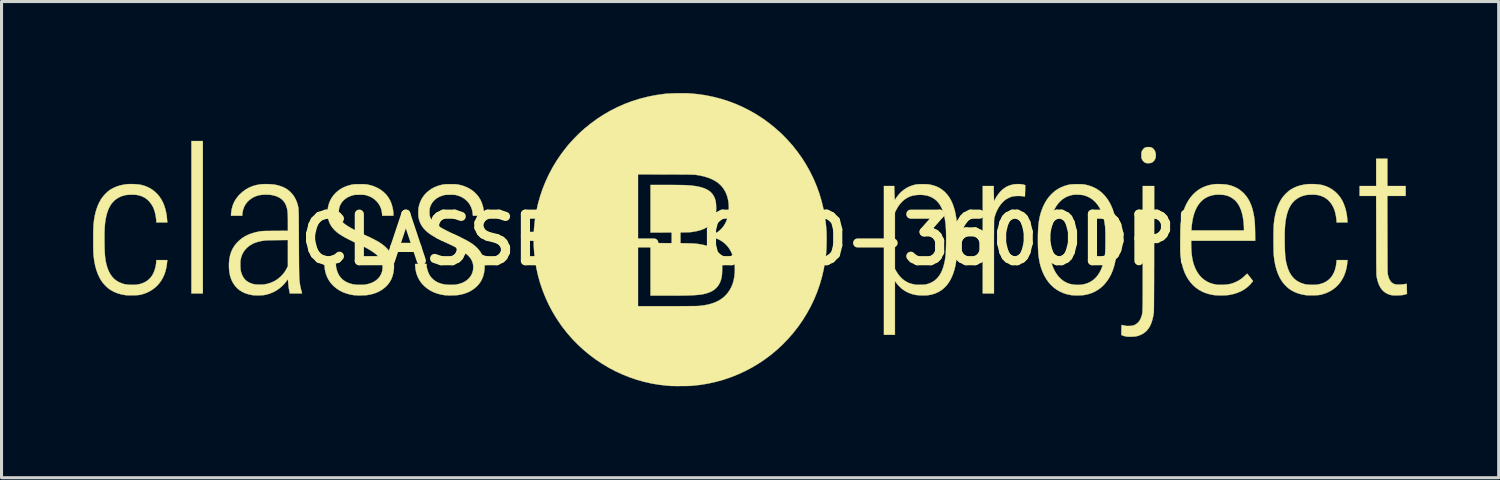
<source format=kicad_pcb>
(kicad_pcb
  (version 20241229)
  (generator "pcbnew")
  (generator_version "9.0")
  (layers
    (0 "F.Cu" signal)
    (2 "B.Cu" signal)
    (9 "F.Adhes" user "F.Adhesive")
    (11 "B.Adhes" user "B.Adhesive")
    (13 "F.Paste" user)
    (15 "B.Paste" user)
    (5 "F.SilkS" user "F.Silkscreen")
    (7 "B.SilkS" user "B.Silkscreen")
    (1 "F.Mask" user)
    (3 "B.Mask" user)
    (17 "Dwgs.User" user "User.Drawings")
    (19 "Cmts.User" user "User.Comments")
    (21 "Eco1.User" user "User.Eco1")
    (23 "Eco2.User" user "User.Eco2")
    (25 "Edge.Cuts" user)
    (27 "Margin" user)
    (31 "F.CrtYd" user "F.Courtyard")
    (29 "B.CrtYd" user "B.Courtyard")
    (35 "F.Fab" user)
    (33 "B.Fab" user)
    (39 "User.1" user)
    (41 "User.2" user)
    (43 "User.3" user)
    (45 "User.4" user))
  (footprint "CLASSBP-LOGO-3600DPI"
    (layer "F.Cu")
    (at 21.496 4.802)
    (property "Reference" "CLASSBP-LOGO-3600DPI" (at 0 0 0) (layer "F.SilkS") (effects (font (size 1.524 1.524) (thickness 0.3))))
    (attr through_hole)
    (fp_poly (pts (xy -17.9 1.764) (xy -18.274 1.764) (xy -18.274 -3.231) (xy -17.9 -3.231) (xy -17.9 1.764)) (stroke (width 0.01) (type solid)) (fill yes) (layer "F.SilkS"))
    (fp_poly (pts (xy 13.119 -3.033) (xy 13.156 -3.028) (xy 13.171 -3.024) (xy 13.216 -3.002) (xy 13.253 -2.969) (xy 13.284 -2.927) (xy 13.307 -2.879) (xy 13.321 -2.825) (xy 13.327 -2.767) (xy 13.322 -2.709) (xy 13.307 -2.651) (xy 13.306 -2.648) (xy 13.286 -2.611) (xy 13.258 -2.575) (xy 13.225 -2.544) (xy 13.19 -2.522) (xy 13.177 -2.517) (xy 13.151 -2.511) (xy 13.117 -2.507) (xy 13.079 -2.505) (xy 13.043 -2.506) (xy 13.014 -2.509) (xy 13.003 -2.511) (xy 12.958 -2.532) (xy 12.918 -2.566) (xy 12.884 -2.61) (xy 12.871 -2.635) (xy 12.863 -2.654) (xy 12.858 -2.67) (xy 12.854 -2.688) (xy 12.852 -2.71) (xy 12.852 -2.74) (xy 12.852 -2.769) (xy 12.852 -2.808) (xy 12.853 -2.836) (xy 12.855 -2.857) (xy 12.859 -2.873) (xy 12.865 -2.89) (xy 12.87 -2.901) (xy 12.895 -2.944) (xy 12.927 -2.981) (xy 12.961 -3.009) (xy 12.971 -3.015) (xy 12.999 -3.024) (xy 13.036 -3.031) (xy 13.077 -3.034) (xy 13.119 -3.033)) (stroke (width 0.01) (type solid)) (fill yes) (layer "F.SilkS"))
    (fp_poly (pts (xy -2.718 -1.792) (xy -2.63 -1.792) (xy -2.543 -1.792) (xy -2.458 -1.791) (xy -2.377 -1.791) (xy -2.301 -1.79) (xy -2.232 -1.789) (xy -2.172 -1.788) (xy -2.123 -1.787) (xy -2.084 -1.786) (xy -2.067 -1.785) (xy -1.925 -1.775) (xy -1.796 -1.76) (xy -1.679 -1.741) (xy -1.574 -1.716) (xy -1.48 -1.686) (xy -1.397 -1.65) (xy -1.325 -1.608) (xy -1.263 -1.56) (xy -1.211 -1.505) (xy -1.168 -1.444) (xy -1.133 -1.375) (xy -1.107 -1.3) (xy -1.1 -1.276) (xy -1.093 -1.237) (xy -1.087 -1.189) (xy -1.083 -1.133) (xy -1.081 -1.074) (xy -1.08 -1.015) (xy -1.082 -0.96) (xy -1.085 -0.912) (xy -1.086 -0.907) (xy -1.104 -0.808) (xy -1.13 -0.717) (xy -1.166 -0.636) (xy -1.211 -0.562) (xy -1.266 -0.497) (xy -1.332 -0.44) (xy -1.409 -0.39) (xy -1.497 -0.347) (xy -1.596 -0.311) (xy -1.707 -0.281) (xy -1.831 -0.258) (xy -1.891 -0.249) (xy -1.909 -0.247) (xy -1.929 -0.246) (xy -1.953 -0.244) (xy -1.981 -0.242) (xy -2.014 -0.241) (xy -2.054 -0.24) (xy -2.101 -0.239) (xy -2.157 -0.238) (xy -2.221 -0.237) (xy -2.296 -0.237) (xy -2.382 -0.236) (xy -2.48 -0.236) (xy -2.591 -0.235) (xy -2.605 -0.235) (xy -3.231 -0.232) (xy -3.231 -1.792) (xy -2.718 -1.792)) (stroke (width 0.01) (type solid)) (fill yes) (layer "F.SilkS"))
    (fp_poly (pts (xy -2.559 0.115) (xy -2.439 0.115) (xy -2.331 0.116) (xy -2.235 0.117) (xy -2.15 0.118) (xy -2.075 0.118) (xy -2.009 0.12) (xy -1.951 0.121) (xy -1.9 0.123) (xy -1.854 0.125) (xy -1.814 0.127) (xy -1.777 0.13) (xy -1.742 0.133) (xy -1.709 0.137) (xy -1.677 0.141) (xy -1.644 0.146) (xy -1.61 0.151) (xy -1.581 0.156) (xy -1.461 0.181) (xy -1.353 0.214) (xy -1.256 0.256) (xy -1.17 0.306) (xy -1.096 0.365) (xy -1.032 0.431) (xy -0.98 0.507) (xy -0.94 0.59) (xy -0.922 0.64) (xy -0.907 0.692) (xy -0.896 0.746) (xy -0.889 0.804) (xy -0.884 0.869) (xy -0.883 0.942) (xy -0.884 1.012) (xy -0.886 1.072) (xy -0.888 1.12) (xy -0.891 1.159) (xy -0.895 1.193) (xy -0.9 1.223) (xy -0.903 1.237) (xy -0.926 1.327) (xy -0.956 1.406) (xy -0.993 1.476) (xy -1.038 1.539) (xy -1.064 1.568) (xy -1.117 1.619) (xy -1.174 1.661) (xy -1.237 1.698) (xy -1.309 1.729) (xy -1.357 1.746) (xy -1.397 1.759) (xy -1.438 1.77) (xy -1.481 1.781) (xy -1.527 1.79) (xy -1.576 1.798) (xy -1.63 1.805) (xy -1.689 1.811) (xy -1.754 1.816) (xy -1.826 1.821) (xy -1.906 1.825) (xy -1.995 1.828) (xy -2.093 1.83) (xy -2.202 1.832) (xy -2.322 1.833) (xy -2.453 1.834) (xy -2.598 1.834) (xy -2.665 1.834) (xy -3.231 1.834) (xy -3.231 0.112) (xy -2.559 0.115)) (stroke (width 0.01) (type solid)) (fill yes) (layer "F.SilkS"))
    (fp_poly (pts (xy 8.893 -1.818) (xy 8.947 -1.811) (xy 8.993 -1.803) (xy 9.028 -1.791) (xy 9.028 -1.791) (xy 9.047 -1.782) (xy 9.043 -1.599) (xy 9.041 -1.549) (xy 9.04 -1.505) (xy 9.039 -1.468) (xy 9.038 -1.439) (xy 9.037 -1.42) (xy 9.036 -1.414) (xy 9.029 -1.415) (xy 9.011 -1.417) (xy 8.985 -1.42) (xy 8.968 -1.423) (xy 8.919 -1.428) (xy 8.863 -1.431) (xy 8.803 -1.431) (xy 8.744 -1.429) (xy 8.689 -1.424) (xy 8.641 -1.417) (xy 8.618 -1.412) (xy 8.562 -1.393) (xy 8.503 -1.367) (xy 8.445 -1.337) (xy 8.395 -1.304) (xy 8.389 -1.3) (xy 8.316 -1.236) (xy 8.249 -1.161) (xy 8.188 -1.075) (xy 8.133 -0.979) (xy 8.087 -0.876) (xy 8.049 -0.766) (xy 8.036 -0.72) (xy 8.035 -0.713) (xy 8.033 -0.706) (xy 8.032 -0.697) (xy 8.03 -0.687) (xy 8.029 -0.675) (xy 8.028 -0.661) (xy 8.027 -0.642) (xy 8.026 -0.62) (xy 8.025 -0.593) (xy 8.025 -0.56) (xy 8.024 -0.522) (xy 8.024 -0.476) (xy 8.023 -0.424) (xy 8.023 -0.363) (xy 8.023 -0.294) (xy 8.023 -0.215) (xy 8.022 -0.126) (xy 8.022 -0.027) (xy 8.022 0.083) (xy 8.022 0.206) (xy 8.022 0.34) (xy 8.022 0.489) (xy 8.022 0.55) (xy 8.022 1.764) (xy 7.655 1.764) (xy 7.655 -1.757) (xy 8.015 -1.757) (xy 8.015 -1.656) (xy 8.015 -1.615) (xy 8.016 -1.565) (xy 8.017 -1.51) (xy 8.018 -1.454) (xy 8.02 -1.406) (xy 8.024 -1.257) (xy 8.056 -1.318) (xy 8.111 -1.415) (xy 8.173 -1.503) (xy 8.24 -1.582) (xy 8.312 -1.65) (xy 8.388 -1.705) (xy 8.421 -1.725) (xy 8.47 -1.75) (xy 8.528 -1.773) (xy 8.588 -1.792) (xy 8.646 -1.807) (xy 8.662 -1.81) (xy 8.716 -1.817) (xy 8.775 -1.82) (xy 8.835 -1.821) (xy 8.893 -1.818)) (stroke (width 0.01) (type solid)) (fill yes) (layer "F.SilkS"))
    (fp_poly (pts (xy 20.913 -1.757) (xy 21.512 -1.757) (xy 21.512 -1.432) (xy 20.912 -1.432) (xy 20.914 -0.168) (xy 20.915 -0.011) (xy 20.915 0.132) (xy 20.915 0.263) (xy 20.916 0.381) (xy 20.916 0.488) (xy 20.916 0.583) (xy 20.916 0.669) (xy 20.917 0.745) (xy 20.917 0.811) (xy 20.917 0.87) (xy 20.918 0.921) (xy 20.919 0.964) (xy 20.919 1.001) (xy 20.92 1.033) (xy 20.921 1.059) (xy 20.922 1.081) (xy 20.923 1.099) (xy 20.924 1.113) (xy 20.925 1.125) (xy 20.926 1.135) (xy 20.928 1.144) (xy 20.93 1.152) (xy 20.931 1.16) (xy 20.932 1.161) (xy 20.954 1.24) (xy 20.982 1.307) (xy 21.016 1.362) (xy 21.056 1.405) (xy 21.103 1.438) (xy 21.148 1.458) (xy 21.175 1.465) (xy 21.213 1.469) (xy 21.259 1.471) (xy 21.309 1.471) (xy 21.361 1.47) (xy 21.412 1.466) (xy 21.458 1.46) (xy 21.472 1.458) (xy 21.502 1.453) (xy 21.525 1.449) (xy 21.54 1.447) (xy 21.544 1.448) (xy 21.544 1.455) (xy 21.546 1.474) (xy 21.547 1.504) (xy 21.548 1.542) (xy 21.55 1.586) (xy 21.55 1.613) (xy 21.555 1.777) (xy 21.511 1.792) (xy 21.456 1.807) (xy 21.392 1.818) (xy 21.318 1.824) (xy 21.233 1.826) (xy 21.209 1.826) (xy 21.167 1.826) (xy 21.13 1.825) (xy 21.099 1.824) (xy 21.077 1.823) (xy 21.068 1.823) (xy 21.028 1.814) (xy 20.984 1.801) (xy 20.941 1.786) (xy 20.905 1.771) (xy 20.904 1.77) (xy 20.836 1.73) (xy 20.776 1.682) (xy 20.723 1.625) (xy 20.678 1.558) (xy 20.639 1.481) (xy 20.606 1.393) (xy 20.578 1.293) (xy 20.565 1.231) (xy 20.563 1.222) (xy 20.562 1.212) (xy 20.56 1.202) (xy 20.559 1.191) (xy 20.557 1.178) (xy 20.556 1.163) (xy 20.555 1.145) (xy 20.554 1.123) (xy 20.553 1.097) (xy 20.553 1.066) (xy 20.552 1.029) (xy 20.552 0.986) (xy 20.551 0.936) (xy 20.551 0.879) (xy 20.55 0.813) (xy 20.55 0.739) (xy 20.549 0.655) (xy 20.549 0.562) (xy 20.549 0.457) (xy 20.549 0.342) (xy 20.548 0.214) (xy 20.548 0.074) (xy 20.548 -0.08) (xy 20.548 -0.139) (xy 20.545 -1.432) (xy 20.274 -1.432) (xy 20.003 -1.432) (xy 20.003 -1.757) (xy 20.546 -1.757) (xy 20.546 -2.653) (xy 20.913 -2.653) (xy 20.913 -1.757)) (stroke (width 0.01) (type solid)) (fill yes) (layer "F.SilkS"))
    (fp_poly (pts (xy 13.269 0.288) (xy 13.269 0.501) (xy 13.269 0.7) (xy 13.269 0.886) (xy 13.268 1.059) (xy 13.268 1.22) (xy 13.268 1.368) (xy 13.267 1.504) (xy 13.267 1.629) (xy 13.266 1.743) (xy 13.266 1.847) (xy 13.265 1.94) (xy 13.265 2.023) (xy 13.264 2.097) (xy 13.264 2.162) (xy 13.263 2.218) (xy 13.263 2.266) (xy 13.262 2.305) (xy 13.261 2.338) (xy 13.26 2.363) (xy 13.259 2.381) (xy 13.259 2.393) (xy 13.258 2.395) (xy 13.237 2.522) (xy 13.21 2.636) (xy 13.176 2.738) (xy 13.136 2.828) (xy 13.089 2.908) (xy 13.034 2.977) (xy 12.971 3.035) (xy 12.9 3.084) (xy 12.821 3.124) (xy 12.733 3.155) (xy 12.713 3.161) (xy 12.678 3.168) (xy 12.633 3.174) (xy 12.582 3.178) (xy 12.527 3.18) (xy 12.472 3.181) (xy 12.421 3.18) (xy 12.377 3.177) (xy 12.343 3.172) (xy 12.341 3.172) (xy 12.311 3.164) (xy 12.279 3.155) (xy 12.248 3.145) (xy 12.222 3.136) (xy 12.205 3.129) (xy 12.202 3.127) (xy 12.199 3.121) (xy 12.197 3.106) (xy 12.196 3.08) (xy 12.196 3.044) (xy 12.197 2.995) (xy 12.197 2.957) (xy 12.199 2.905) (xy 12.2 2.865) (xy 12.201 2.836) (xy 12.202 2.817) (xy 12.204 2.804) (xy 12.207 2.798) (xy 12.21 2.796) (xy 12.215 2.796) (xy 12.216 2.796) (xy 12.265 2.808) (xy 12.303 2.816) (xy 12.333 2.822) (xy 12.357 2.826) (xy 12.38 2.828) (xy 12.403 2.829) (xy 12.429 2.828) (xy 12.46 2.827) (xy 12.505 2.825) (xy 12.539 2.822) (xy 12.566 2.818) (xy 12.59 2.811) (xy 12.6 2.808) (xy 12.664 2.778) (xy 12.722 2.736) (xy 12.772 2.683) (xy 12.813 2.619) (xy 12.846 2.546) (xy 12.862 2.498) (xy 12.865 2.485) (xy 12.868 2.474) (xy 12.872 2.463) (xy 12.874 2.452) (xy 12.877 2.44) (xy 12.879 2.427) (xy 12.881 2.413) (xy 12.883 2.397) (xy 12.885 2.378) (xy 12.887 2.357) (xy 12.889 2.332) (xy 12.89 2.302) (xy 12.891 2.269) (xy 12.892 2.23) (xy 12.893 2.186) (xy 12.894 2.135) (xy 12.895 2.078) (xy 12.895 2.015) (xy 12.896 1.943) (xy 12.896 1.864) (xy 12.897 1.776) (xy 12.897 1.679) (xy 12.897 1.573) (xy 12.897 1.457) (xy 12.897 1.33) (xy 12.897 1.192) (xy 12.897 1.042) (xy 12.898 0.881) (xy 12.898 0.707) (xy 12.898 0.52) (xy 12.898 0.32) (xy 12.898 0.273) (xy 12.898 -1.757) (xy 13.272 -1.757) (xy 13.269 0.288)) (stroke (width 0.01) (type solid)) (fill yes) (layer "F.SilkS"))
    (fp_poly (pts (xy 5.741 -1.817) (xy 5.786 -1.816) (xy 5.823 -1.815) (xy 5.853 -1.813) (xy 5.879 -1.811) (xy 5.904 -1.807) (xy 5.93 -1.803) (xy 5.937 -1.801) (xy 6.047 -1.774) (xy 6.145 -1.739) (xy 6.236 -1.694) (xy 6.32 -1.639) (xy 6.399 -1.574) (xy 6.428 -1.546) (xy 6.497 -1.469) (xy 6.559 -1.384) (xy 6.613 -1.291) (xy 6.662 -1.187) (xy 6.703 -1.074) (xy 6.739 -0.95) (xy 6.768 -0.814) (xy 6.792 -0.666) (xy 6.806 -0.55) (xy 6.809 -0.512) (xy 6.812 -0.462) (xy 6.814 -0.401) (xy 6.816 -0.332) (xy 6.818 -0.257) (xy 6.82 -0.177) (xy 6.821 -0.095) (xy 6.822 -0.012) (xy 6.822 0.07) (xy 6.822 0.148) (xy 6.821 0.221) (xy 6.82 0.286) (xy 6.818 0.343) (xy 6.816 0.385) (xy 6.803 0.551) (xy 6.784 0.706) (xy 6.759 0.849) (xy 6.727 0.981) (xy 6.689 1.103) (xy 6.644 1.215) (xy 6.593 1.319) (xy 6.537 1.411) (xy 6.467 1.503) (xy 6.388 1.585) (xy 6.301 1.655) (xy 6.205 1.714) (xy 6.103 1.761) (xy 5.993 1.796) (xy 5.876 1.819) (xy 5.861 1.821) (xy 5.816 1.824) (xy 5.761 1.827) (xy 5.701 1.827) (xy 5.638 1.826) (xy 5.575 1.823) (xy 5.517 1.818) (xy 5.466 1.813) (xy 5.429 1.806) (xy 5.311 1.775) (xy 5.202 1.732) (xy 5.101 1.678) (xy 5.008 1.613) (xy 4.923 1.536) (xy 4.845 1.447) (xy 4.811 1.401) (xy 4.777 1.352) (xy 4.777 3.119) (xy 4.417 3.119) (xy 4.417 -0.887) (xy 4.777 -0.887) (xy 4.777 0.956) (xy 4.814 1.024) (xy 4.876 1.123) (xy 4.944 1.211) (xy 5.019 1.286) (xy 5.101 1.348) (xy 5.182 1.395) (xy 5.225 1.415) (xy 5.269 1.432) (xy 5.318 1.446) (xy 5.374 1.46) (xy 5.441 1.474) (xy 5.461 1.477) (xy 5.473 1.478) (xy 5.497 1.479) (xy 5.53 1.479) (xy 5.57 1.479) (xy 5.614 1.479) (xy 5.62 1.479) (xy 5.67 1.478) (xy 5.71 1.476) (xy 5.741 1.475) (xy 5.767 1.472) (xy 5.79 1.468) (xy 5.814 1.462) (xy 5.829 1.458) (xy 5.924 1.427) (xy 6.011 1.384) (xy 6.09 1.331) (xy 6.16 1.266) (xy 6.223 1.19) (xy 6.278 1.102) (xy 6.325 1.003) (xy 6.364 0.892) (xy 6.395 0.776) (xy 6.407 0.72) (xy 6.417 0.666) (xy 6.426 0.612) (xy 6.433 0.557) (xy 6.439 0.499) (xy 6.443 0.435) (xy 6.447 0.365) (xy 6.45 0.286) (xy 6.452 0.196) (xy 6.454 0.106) (xy 6.455 -0.033) (xy 6.454 -0.159) (xy 6.452 -0.273) (xy 6.447 -0.374) (xy 6.441 -0.465) (xy 6.433 -0.545) (xy 6.431 -0.564) (xy 6.409 -0.701) (xy 6.381 -0.825) (xy 6.348 -0.937) (xy 6.307 -1.037) (xy 6.26 -1.126) (xy 6.206 -1.204) (xy 6.144 -1.272) (xy 6.076 -1.329) (xy 6 -1.377) (xy 5.989 -1.382) (xy 5.918 -1.415) (xy 5.846 -1.439) (xy 5.771 -1.455) (xy 5.688 -1.465) (xy 5.596 -1.468) (xy 5.595 -1.468) (xy 5.484 -1.462) (xy 5.382 -1.447) (xy 5.288 -1.421) (xy 5.201 -1.383) (xy 5.119 -1.334) (xy 5.042 -1.273) (xy 5.006 -1.238) (xy 4.934 -1.158) (xy 4.87 -1.065) (xy 4.814 -0.964) (xy 4.777 -0.887) (xy 4.417 -0.887) (xy 4.417 -1.757) (xy 4.754 -1.757) (xy 4.759 -1.596) (xy 4.76 -1.545) (xy 4.762 -1.493) (xy 4.764 -1.445) (xy 4.766 -1.404) (xy 4.768 -1.372) (xy 4.768 -1.366) (xy 4.773 -1.296) (xy 4.801 -1.341) (xy 4.825 -1.377) (xy 4.855 -1.418) (xy 4.889 -1.461) (xy 4.924 -1.502) (xy 4.957 -1.537) (xy 4.979 -1.559) (xy 5.069 -1.634) (xy 5.162 -1.695) (xy 5.261 -1.744) (xy 5.368 -1.782) (xy 5.428 -1.798) (xy 5.453 -1.804) (xy 5.476 -1.808) (xy 5.497 -1.811) (xy 5.521 -1.814) (xy 5.548 -1.815) (xy 5.583 -1.816) (xy 5.626 -1.817) (xy 5.681 -1.817) (xy 5.683 -1.817) (xy 5.741 -1.817)) (stroke (width 0.01) (type solid)) (fill yes) (layer "F.SilkS"))
    (fp_poly (pts (xy 15.447 -1.819) (xy 15.511 -1.816) (xy 15.572 -1.812) (xy 15.625 -1.807) (xy 15.669 -1.801) (xy 15.673 -1.8) (xy 15.79 -1.77) (xy 15.898 -1.731) (xy 15.998 -1.682) (xy 16.089 -1.622) (xy 16.174 -1.551) (xy 16.213 -1.514) (xy 16.284 -1.431) (xy 16.347 -1.341) (xy 16.401 -1.243) (xy 16.448 -1.135) (xy 16.488 -1.017) (xy 16.52 -0.887) (xy 16.534 -0.817) (xy 16.544 -0.761) (xy 16.552 -0.708) (xy 16.559 -0.655) (xy 16.565 -0.6) (xy 16.569 -0.542) (xy 16.572 -0.478) (xy 16.575 -0.407) (xy 16.577 -0.325) (xy 16.579 -0.242) (xy 16.582 0.035) (xy 14.485 0.035) (xy 14.485 0.132) (xy 14.487 0.271) (xy 14.494 0.397) (xy 14.505 0.513) (xy 14.521 0.62) (xy 14.543 0.719) (xy 14.569 0.812) (xy 14.602 0.9) (xy 14.636 0.977) (xy 14.693 1.08) (xy 14.758 1.171) (xy 14.832 1.25) (xy 14.913 1.318) (xy 15.003 1.375) (xy 15.101 1.42) (xy 15.207 1.453) (xy 15.321 1.475) (xy 15.322 1.475) (xy 15.36 1.479) (xy 15.409 1.48) (xy 15.468 1.481) (xy 15.519 1.48) (xy 15.608 1.475) (xy 15.688 1.466) (xy 15.76 1.453) (xy 15.83 1.434) (xy 15.9 1.408) (xy 15.974 1.374) (xy 15.977 1.373) (xy 16.075 1.318) (xy 16.165 1.253) (xy 16.247 1.18) (xy 16.272 1.156) (xy 16.293 1.136) (xy 16.309 1.122) (xy 16.318 1.115) (xy 16.318 1.115) (xy 16.324 1.12) (xy 16.337 1.135) (xy 16.355 1.158) (xy 16.379 1.188) (xy 16.406 1.221) (xy 16.417 1.236) (xy 16.511 1.356) (xy 16.493 1.38) (xy 16.412 1.474) (xy 16.323 1.557) (xy 16.224 1.63) (xy 16.117 1.691) (xy 16.002 1.741) (xy 15.877 1.78) (xy 15.744 1.809) (xy 15.689 1.817) (xy 15.646 1.821) (xy 15.593 1.824) (xy 15.532 1.826) (xy 15.469 1.827) (xy 15.405 1.826) (xy 15.344 1.825) (xy 15.289 1.822) (xy 15.245 1.818) (xy 15.233 1.817) (xy 15.098 1.792) (xy 14.972 1.755) (xy 14.854 1.708) (xy 14.744 1.648) (xy 14.643 1.578) (xy 14.549 1.496) (xy 14.464 1.402) (xy 14.392 1.306) (xy 14.327 1.197) (xy 14.27 1.078) (xy 14.223 0.95) (xy 14.185 0.812) (xy 14.156 0.664) (xy 14.135 0.505) (xy 14.132 0.465) (xy 14.13 0.432) (xy 14.128 0.388) (xy 14.127 0.333) (xy 14.126 0.271) (xy 14.126 0.201) (xy 14.126 0.127) (xy 14.126 0.05) (xy 14.127 -0.028) (xy 14.128 -0.107) (xy 14.129 -0.183) (xy 14.13 -0.256) (xy 14.131 -0.303) (xy 14.492 -0.303) (xy 16.214 -0.303) (xy 16.214 -0.347) (xy 16.211 -0.438) (xy 16.204 -0.533) (xy 16.194 -0.63) (xy 16.18 -0.724) (xy 16.163 -0.81) (xy 16.153 -0.851) (xy 16.119 -0.965) (xy 16.077 -1.067) (xy 16.027 -1.157) (xy 15.97 -1.237) (xy 15.904 -1.304) (xy 15.829 -1.361) (xy 15.747 -1.407) (xy 15.656 -1.442) (xy 15.622 -1.451) (xy 15.576 -1.461) (xy 15.521 -1.468) (xy 15.459 -1.472) (xy 15.395 -1.474) (xy 15.333 -1.474) (xy 15.277 -1.47) (xy 15.252 -1.468) (xy 15.147 -1.447) (xy 15.049 -1.414) (xy 14.96 -1.37) (xy 14.877 -1.314) (xy 14.803 -1.246) (xy 14.736 -1.166) (xy 14.677 -1.075) (xy 14.626 -0.973) (xy 14.583 -0.859) (xy 14.548 -0.734) (xy 14.521 -0.598) (xy 14.501 -0.451) (xy 14.499 -0.43) (xy 14.497 -0.396) (xy 14.494 -0.364) (xy 14.493 -0.339) (xy 14.492 -0.326) (xy 14.492 -0.303) (xy 14.131 -0.303) (xy 14.132 -0.324) (xy 14.134 -0.385) (xy 14.136 -0.437) (xy 14.138 -0.479) (xy 14.141 -0.509) (xy 14.141 -0.515) (xy 14.164 -0.661) (xy 14.193 -0.796) (xy 14.227 -0.92) (xy 14.268 -1.036) (xy 14.316 -1.145) (xy 14.371 -1.248) (xy 14.383 -1.269) (xy 14.457 -1.377) (xy 14.539 -1.474) (xy 14.628 -1.56) (xy 14.726 -1.634) (xy 14.831 -1.696) (xy 14.943 -1.746) (xy 15.062 -1.784) (xy 15.188 -1.809) (xy 15.22 -1.814) (xy 15.266 -1.818) (xy 15.321 -1.82) (xy 15.383 -1.82) (xy 15.447 -1.819)) (stroke (width 0.01) (type solid)) (fill yes) (layer "F.SilkS"))
    (fp_poly (pts (xy -20.204 -1.821) (xy -20.125 -1.818) (xy -20.049 -1.812) (xy -19.978 -1.804) (xy -19.916 -1.793) (xy -19.893 -1.788) (xy -19.777 -1.752) (xy -19.668 -1.704) (xy -19.566 -1.644) (xy -19.473 -1.573) (xy -19.388 -1.492) (xy -19.313 -1.399) (xy -19.248 -1.298) (xy -19.203 -1.211) (xy -19.164 -1.113) (xy -19.131 -1.007) (xy -19.104 -0.898) (xy -19.085 -0.788) (xy -19.075 -0.691) (xy -19.073 -0.658) (xy -19.07 -0.626) (xy -19.068 -0.601) (xy -19.067 -0.594) (xy -19.063 -0.564) (xy -19.424 -0.564) (xy -19.424 -0.599) (xy -19.425 -0.621) (xy -19.427 -0.652) (xy -19.431 -0.688) (xy -19.435 -0.716) (xy -19.454 -0.832) (xy -19.481 -0.936) (xy -19.515 -1.031) (xy -19.558 -1.117) (xy -19.61 -1.194) (xy -19.67 -1.265) (xy -19.673 -1.269) (xy -19.742 -1.331) (xy -19.816 -1.381) (xy -19.898 -1.42) (xy -19.987 -1.449) (xy -20.081 -1.468) (xy -20.115 -1.471) (xy -20.159 -1.473) (xy -20.209 -1.473) (xy -20.263 -1.473) (xy -20.316 -1.47) (xy -20.366 -1.467) (xy -20.409 -1.463) (xy -20.442 -1.458) (xy -20.443 -1.457) (xy -20.544 -1.429) (xy -20.636 -1.391) (xy -20.72 -1.342) (xy -20.795 -1.284) (xy -20.861 -1.215) (xy -20.92 -1.136) (xy -20.971 -1.045) (xy -21.014 -0.943) (xy -21.05 -0.829) (xy -21.079 -0.704) (xy -21.096 -0.603) (xy -21.104 -0.539) (xy -21.111 -0.469) (xy -21.116 -0.392) (xy -21.12 -0.307) (xy -21.122 -0.214) (xy -21.123 -0.109) (xy -21.123 0.007) (xy -21.122 0.106) (xy -21.12 0.213) (xy -21.118 0.308) (xy -21.115 0.392) (xy -21.111 0.467) (xy -21.106 0.534) (xy -21.099 0.596) (xy -21.091 0.653) (xy -21.082 0.707) (xy -21.071 0.761) (xy -21.058 0.815) (xy -21.054 0.83) (xy -21.019 0.945) (xy -20.976 1.048) (xy -20.926 1.139) (xy -20.868 1.22) (xy -20.801 1.289) (xy -20.726 1.348) (xy -20.642 1.396) (xy -20.549 1.435) (xy -20.454 1.462) (xy -20.414 1.469) (xy -20.363 1.474) (xy -20.305 1.478) (xy -20.243 1.481) (xy -20.182 1.481) (xy -20.124 1.479) (xy -20.074 1.476) (xy -20.047 1.472) (xy -19.943 1.45) (xy -19.849 1.417) (xy -19.764 1.373) (xy -19.688 1.319) (xy -19.621 1.255) (xy -19.564 1.18) (xy -19.517 1.094) (xy -19.479 0.998) (xy -19.45 0.891) (xy -19.448 0.882) (xy -19.44 0.841) (xy -19.434 0.797) (xy -19.428 0.756) (xy -19.427 0.736) (xy -19.422 0.67) (xy -19.063 0.67) (xy -19.067 0.693) (xy -19.069 0.711) (xy -19.072 0.738) (xy -19.075 0.768) (xy -19.075 0.773) (xy -19.078 0.803) (xy -19.084 0.842) (xy -19.09 0.884) (xy -19.096 0.915) (xy -19.127 1.043) (xy -19.17 1.163) (xy -19.223 1.274) (xy -19.287 1.377) (xy -19.361 1.471) (xy -19.445 1.555) (xy -19.539 1.629) (xy -19.641 1.692) (xy -19.751 1.745) (xy -19.87 1.786) (xy -19.953 1.807) (xy -19.989 1.813) (xy -20.036 1.818) (xy -20.091 1.821) (xy -20.152 1.824) (xy -20.216 1.825) (xy -20.279 1.825) (xy -20.339 1.824) (xy -20.393 1.822) (xy -20.438 1.818) (xy -20.447 1.816) (xy -20.576 1.792) (xy -20.698 1.757) (xy -20.812 1.71) (xy -20.916 1.653) (xy -20.988 1.604) (xy -21.033 1.566) (xy -21.082 1.519) (xy -21.131 1.467) (xy -21.177 1.413) (xy -21.216 1.36) (xy -21.223 1.351) (xy -21.288 1.24) (xy -21.344 1.118) (xy -21.391 0.985) (xy -21.43 0.842) (xy -21.459 0.687) (xy -21.48 0.522) (xy -21.484 0.473) (xy -21.486 0.443) (xy -21.487 0.4) (xy -21.488 0.347) (xy -21.489 0.285) (xy -21.49 0.216) (xy -21.491 0.142) (xy -21.491 0.065) (xy -21.491 -0.013) (xy -21.491 -0.092) (xy -21.49 -0.167) (xy -21.49 -0.239) (xy -21.489 -0.305) (xy -21.488 -0.364) (xy -21.486 -0.413) (xy -21.485 -0.45) (xy -21.484 -0.466) (xy -21.466 -0.634) (xy -21.439 -0.792) (xy -21.403 -0.938) (xy -21.358 -1.075) (xy -21.304 -1.2) (xy -21.241 -1.315) (xy -21.219 -1.35) (xy -21.183 -1.398) (xy -21.139 -1.45) (xy -21.09 -1.503) (xy -21.039 -1.552) (xy -20.988 -1.596) (xy -20.942 -1.631) (xy -20.938 -1.633) (xy -20.837 -1.691) (xy -20.729 -1.739) (xy -20.614 -1.776) (xy -20.489 -1.803) (xy -20.419 -1.813) (xy -20.354 -1.819) (xy -20.282 -1.821) (xy -20.204 -1.821)) (stroke (width 0.01) (type solid)) (fill yes) (layer "F.SilkS"))
    (fp_poly (pts (xy 18.467 -1.821) (xy 18.546 -1.818) (xy 18.623 -1.812) (xy 18.694 -1.804) (xy 18.756 -1.793) (xy 18.778 -1.788) (xy 18.895 -1.752) (xy 19.004 -1.704) (xy 19.105 -1.644) (xy 19.199 -1.573) (xy 19.283 -1.492) (xy 19.359 -1.399) (xy 19.424 -1.298) (xy 19.468 -1.211) (xy 19.507 -1.113) (xy 19.541 -1.007) (xy 19.568 -0.898) (xy 19.587 -0.788) (xy 19.597 -0.691) (xy 19.599 -0.658) (xy 19.601 -0.626) (xy 19.604 -0.601) (xy 19.605 -0.594) (xy 19.608 -0.564) (xy 19.248 -0.564) (xy 19.248 -0.599) (xy 19.247 -0.621) (xy 19.244 -0.652) (xy 19.24 -0.688) (xy 19.237 -0.716) (xy 19.217 -0.832) (xy 19.191 -0.936) (xy 19.156 -1.031) (xy 19.113 -1.117) (xy 19.062 -1.194) (xy 19.001 -1.265) (xy 18.998 -1.269) (xy 18.929 -1.331) (xy 18.855 -1.381) (xy 18.774 -1.42) (xy 18.685 -1.449) (xy 18.591 -1.468) (xy 18.557 -1.471) (xy 18.513 -1.473) (xy 18.462 -1.473) (xy 18.409 -1.473) (xy 18.355 -1.47) (xy 18.305 -1.467) (xy 18.262 -1.463) (xy 18.23 -1.458) (xy 18.228 -1.457) (xy 18.127 -1.429) (xy 18.035 -1.391) (xy 17.952 -1.342) (xy 17.877 -1.284) (xy 17.81 -1.215) (xy 17.751 -1.136) (xy 17.7 -1.045) (xy 17.657 -0.943) (xy 17.621 -0.829) (xy 17.593 -0.704) (xy 17.576 -0.603) (xy 17.568 -0.539) (xy 17.561 -0.469) (xy 17.556 -0.392) (xy 17.552 -0.307) (xy 17.549 -0.214) (xy 17.548 -0.109) (xy 17.548 0.007) (xy 17.549 0.106) (xy 17.551 0.213) (xy 17.553 0.308) (xy 17.557 0.392) (xy 17.561 0.467) (xy 17.566 0.534) (xy 17.572 0.596) (xy 17.58 0.653) (xy 17.589 0.707) (xy 17.601 0.761) (xy 17.614 0.815) (xy 17.618 0.83) (xy 17.653 0.945) (xy 17.695 1.048) (xy 17.745 1.139) (xy 17.804 1.22) (xy 17.87 1.289) (xy 17.945 1.348) (xy 18.03 1.396) (xy 18.123 1.435) (xy 18.217 1.462) (xy 18.258 1.469) (xy 18.309 1.474) (xy 18.367 1.478) (xy 18.428 1.481) (xy 18.49 1.481) (xy 18.547 1.479) (xy 18.598 1.476) (xy 18.624 1.472) (xy 18.728 1.45) (xy 18.823 1.417) (xy 18.908 1.373) (xy 18.984 1.319) (xy 19.05 1.255) (xy 19.107 1.18) (xy 19.155 1.094) (xy 19.193 0.998) (xy 19.222 0.891) (xy 19.224 0.882) (xy 19.231 0.841) (xy 19.238 0.797) (xy 19.243 0.756) (xy 19.245 0.736) (xy 19.25 0.67) (xy 19.608 0.67) (xy 19.604 0.693) (xy 19.602 0.711) (xy 19.599 0.738) (xy 19.597 0.768) (xy 19.597 0.773) (xy 19.593 0.803) (xy 19.588 0.842) (xy 19.581 0.884) (xy 19.576 0.915) (xy 19.544 1.043) (xy 19.502 1.163) (xy 19.448 1.274) (xy 19.384 1.377) (xy 19.31 1.471) (xy 19.226 1.555) (xy 19.133 1.629) (xy 19.031 1.692) (xy 18.92 1.745) (xy 18.801 1.786) (xy 18.719 1.807) (xy 18.683 1.813) (xy 18.636 1.818) (xy 18.58 1.821) (xy 18.519 1.824) (xy 18.456 1.825) (xy 18.393 1.825) (xy 18.333 1.824) (xy 18.279 1.822) (xy 18.234 1.818) (xy 18.224 1.816) (xy 18.095 1.792) (xy 17.973 1.757) (xy 17.86 1.71) (xy 17.755 1.653) (xy 17.684 1.604) (xy 17.638 1.566) (xy 17.589 1.519) (xy 17.54 1.467) (xy 17.494 1.413) (xy 17.456 1.36) (xy 17.449 1.351) (xy 17.384 1.24) (xy 17.328 1.118) (xy 17.28 0.985) (xy 17.242 0.842) (xy 17.212 0.687) (xy 17.192 0.522) (xy 17.188 0.473) (xy 17.186 0.447) (xy 17.185 0.409) (xy 17.184 0.36) (xy 17.183 0.303) (xy 17.182 0.238) (xy 17.181 0.169) (xy 17.18 0.095) (xy 17.18 0.02) (xy 17.18 0.004) (xy 17.18 -0.072) (xy 17.181 -0.145) (xy 17.181 -0.216) (xy 17.182 -0.282) (xy 17.183 -0.341) (xy 17.185 -0.392) (xy 17.186 -0.433) (xy 17.187 -0.461) (xy 17.188 -0.466) (xy 17.206 -0.634) (xy 17.233 -0.792) (xy 17.269 -0.938) (xy 17.314 -1.075) (xy 17.368 -1.2) (xy 17.431 -1.315) (xy 17.453 -1.35) (xy 17.488 -1.398) (xy 17.532 -1.45) (xy 17.581 -1.503) (xy 17.633 -1.552) (xy 17.683 -1.596) (xy 17.73 -1.631) (xy 17.733 -1.633) (xy 17.834 -1.691) (xy 17.942 -1.739) (xy 18.058 -1.776) (xy 18.182 -1.803) (xy 18.253 -1.813) (xy 18.317 -1.819) (xy 18.39 -1.821) (xy 18.467 -1.821)) (stroke (width 0.01) (type solid)) (fill yes) (layer "F.SilkS"))
    (fp_poly (pts (xy 10.808 -1.817) (xy 10.855 -1.816) (xy 10.893 -1.815) (xy 10.924 -1.814) (xy 10.95 -1.812) (xy 10.974 -1.809) (xy 10.998 -1.805) (xy 11.02 -1.801) (xy 11.146 -1.768) (xy 11.265 -1.724) (xy 11.376 -1.669) (xy 11.479 -1.601) (xy 11.574 -1.522) (xy 11.661 -1.431) (xy 11.74 -1.329) (xy 11.811 -1.215) (xy 11.857 -1.127) (xy 11.91 -1.002) (xy 11.955 -0.869) (xy 11.99 -0.727) (xy 12.017 -0.575) (xy 12.034 -0.413) (xy 12.036 -0.387) (xy 12.038 -0.349) (xy 12.04 -0.3) (xy 12.041 -0.241) (xy 12.043 -0.174) (xy 12.043 -0.102) (xy 12.044 -0.027) (xy 12.043 0.05) (xy 12.043 0.125) (xy 12.042 0.196) (xy 12.041 0.262) (xy 12.04 0.321) (xy 12.038 0.369) (xy 12.036 0.402) (xy 12.021 0.562) (xy 11.997 0.711) (xy 11.964 0.851) (xy 11.923 0.982) (xy 11.873 1.106) (xy 11.854 1.147) (xy 11.788 1.267) (xy 11.713 1.376) (xy 11.631 1.474) (xy 11.541 1.561) (xy 11.443 1.635) (xy 11.338 1.698) (xy 11.225 1.749) (xy 11.106 1.788) (xy 10.98 1.814) (xy 10.962 1.817) (xy 10.922 1.821) (xy 10.871 1.824) (xy 10.813 1.826) (xy 10.753 1.827) (xy 10.692 1.826) (xy 10.635 1.824) (xy 10.585 1.821) (xy 10.546 1.816) (xy 10.545 1.816) (xy 10.416 1.79) (xy 10.295 1.751) (xy 10.181 1.7) (xy 10.074 1.638) (xy 9.975 1.564) (xy 9.884 1.479) (xy 9.801 1.382) (xy 9.727 1.275) (xy 9.661 1.157) (xy 9.604 1.028) (xy 9.568 0.928) (xy 9.544 0.848) (xy 9.523 0.766) (xy 9.506 0.681) (xy 9.492 0.592) (xy 9.48 0.497) (xy 9.472 0.393) (xy 9.466 0.281) (xy 9.463 0.158) (xy 9.462 0.022) (xy 9.462 0.016) (xy 9.462 0.003) (xy 9.835 0.003) (xy 9.836 0.098) (xy 9.837 0.182) (xy 9.838 0.254) (xy 9.84 0.319) (xy 9.843 0.376) (xy 9.847 0.428) (xy 9.852 0.478) (xy 9.858 0.525) (xy 9.864 0.564) (xy 9.89 0.696) (xy 9.925 0.819) (xy 9.968 0.933) (xy 10.02 1.038) (xy 10.079 1.133) (xy 10.145 1.217) (xy 10.219 1.291) (xy 10.299 1.353) (xy 10.385 1.403) (xy 10.467 1.437) (xy 10.54 1.458) (xy 10.621 1.472) (xy 10.707 1.481) (xy 10.794 1.482) (xy 10.877 1.478) (xy 10.926 1.471) (xy 11.031 1.446) (xy 11.127 1.411) (xy 11.215 1.363) (xy 11.296 1.304) (xy 11.37 1.233) (xy 11.42 1.172) (xy 11.479 1.083) (xy 11.531 0.982) (xy 11.575 0.87) (xy 11.612 0.746) (xy 11.641 0.611) (xy 11.661 0.48) (xy 11.664 0.443) (xy 11.667 0.394) (xy 11.67 0.335) (xy 11.672 0.268) (xy 11.673 0.195) (xy 11.674 0.117) (xy 11.674 0.037) (xy 11.674 -0.044) (xy 11.674 -0.124) (xy 11.673 -0.2) (xy 11.671 -0.271) (xy 11.669 -0.335) (xy 11.666 -0.39) (xy 11.663 -0.434) (xy 11.661 -0.457) (xy 11.639 -0.598) (xy 11.61 -0.727) (xy 11.573 -0.845) (xy 11.529 -0.953) (xy 11.477 -1.052) (xy 11.418 -1.143) (xy 11.4 -1.166) (xy 11.328 -1.248) (xy 11.248 -1.317) (xy 11.162 -1.374) (xy 11.069 -1.419) (xy 10.973 -1.451) (xy 10.927 -1.461) (xy 10.87 -1.468) (xy 10.808 -1.472) (xy 10.745 -1.474) (xy 10.685 -1.474) (xy 10.631 -1.47) (xy 10.617 -1.468) (xy 10.569 -1.459) (xy 10.514 -1.444) (xy 10.458 -1.426) (xy 10.407 -1.405) (xy 10.365 -1.385) (xy 10.28 -1.332) (xy 10.202 -1.266) (xy 10.13 -1.188) (xy 10.065 -1.1) (xy 10.007 -1.001) (xy 9.957 -0.894) (xy 9.916 -0.778) (xy 9.895 -0.706) (xy 9.882 -0.648) (xy 9.87 -0.591) (xy 9.861 -0.532) (xy 9.853 -0.47) (xy 9.847 -0.403) (xy 9.842 -0.33) (xy 9.839 -0.249) (xy 9.837 -0.157) (xy 9.836 -0.055) (xy 9.835 0.003) (xy 9.462 0.003) (xy 9.462 -0.116) (xy 9.465 -0.236) (xy 9.47 -0.344) (xy 9.477 -0.444) (xy 9.486 -0.536) (xy 9.498 -0.621) (xy 9.513 -0.703) (xy 9.53 -0.781) (xy 9.551 -0.858) (xy 9.574 -0.933) (xy 9.625 -1.066) (xy 9.684 -1.189) (xy 9.752 -1.303) (xy 9.828 -1.406) (xy 9.913 -1.499) (xy 10.005 -1.581) (xy 10.104 -1.651) (xy 10.21 -1.709) (xy 10.322 -1.755) (xy 10.345 -1.763) (xy 10.394 -1.778) (xy 10.438 -1.79) (xy 10.478 -1.8) (xy 10.517 -1.806) (xy 10.559 -1.811) (xy 10.607 -1.814) (xy 10.662 -1.816) (xy 10.727 -1.816) (xy 10.749 -1.817) (xy 10.808 -1.817)) (stroke (width 0.01) (type solid)) (fill yes) (layer "F.SilkS"))
    (fp_poly (pts (xy -12.695 -1.817) (xy -12.644 -1.816) (xy -12.604 -1.815) (xy -12.57 -1.813) (xy -12.542 -1.81) (xy -12.516 -1.807) (xy -12.499 -1.804) (xy -12.378 -1.775) (xy -12.264 -1.735) (xy -12.158 -1.685) (xy -12.061 -1.625) (xy -11.973 -1.556) (xy -11.894 -1.478) (xy -11.826 -1.391) (xy -11.77 -1.296) (xy -11.76 -1.276) (xy -11.721 -1.183) (xy -11.691 -1.082) (xy -11.669 -0.978) (xy -11.657 -0.876) (xy -11.656 -0.822) (xy -11.656 -0.783) (xy -12.021 -0.783) (xy -12.026 -0.841) (xy -12.04 -0.941) (xy -12.066 -1.033) (xy -12.104 -1.117) (xy -12.154 -1.195) (xy -12.216 -1.266) (xy -12.216 -1.267) (xy -12.284 -1.327) (xy -12.356 -1.377) (xy -12.435 -1.416) (xy -12.523 -1.447) (xy -12.549 -1.454) (xy -12.571 -1.46) (xy -12.591 -1.464) (xy -12.612 -1.467) (xy -12.637 -1.469) (xy -12.667 -1.47) (xy -12.706 -1.471) (xy -12.755 -1.471) (xy -12.767 -1.471) (xy -12.819 -1.47) (xy -12.859 -1.47) (xy -12.891 -1.469) (xy -12.916 -1.467) (xy -12.938 -1.464) (xy -12.959 -1.46) (xy -12.981 -1.454) (xy -12.993 -1.451) (xy -13.082 -1.421) (xy -13.164 -1.382) (xy -13.237 -1.333) (xy -13.301 -1.276) (xy -13.354 -1.212) (xy -13.395 -1.141) (xy -13.395 -1.139) (xy -13.415 -1.095) (xy -13.428 -1.055) (xy -13.437 -1.015) (xy -13.442 -0.97) (xy -13.444 -0.917) (xy -13.444 -0.9) (xy -13.443 -0.858) (xy -13.442 -0.827) (xy -13.44 -0.802) (xy -13.435 -0.78) (xy -13.429 -0.757) (xy -13.425 -0.744) (xy -13.406 -0.696) (xy -13.383 -0.652) (xy -13.353 -0.61) (xy -13.317 -0.57) (xy -13.273 -0.529) (xy -13.218 -0.488) (xy -13.154 -0.445) (xy -13.077 -0.399) (xy -13.054 -0.385) (xy -12.996 -0.353) (xy -12.929 -0.317) (xy -12.854 -0.279) (xy -12.775 -0.239) (xy -12.694 -0.2) (xy -12.614 -0.162) (xy -12.559 -0.137) (xy -12.481 -0.101) (xy -12.402 -0.064) (xy -12.326 -0.026) (xy -12.255 0.011) (xy -12.191 0.046) (xy -12.137 0.076) (xy -12.134 0.078) (xy -12.027 0.149) (xy -11.932 0.225) (xy -11.851 0.305) (xy -11.783 0.391) (xy -11.728 0.481) (xy -11.686 0.576) (xy -11.657 0.677) (xy -11.64 0.783) (xy -11.636 0.896) (xy -11.641 0.974) (xy -11.658 1.09) (xy -11.686 1.198) (xy -11.725 1.298) (xy -11.777 1.39) (xy -11.84 1.475) (xy -11.915 1.552) (xy -12.001 1.621) (xy -12.026 1.638) (xy -12.12 1.695) (xy -12.218 1.74) (xy -12.323 1.776) (xy -12.436 1.803) (xy -12.522 1.817) (xy -12.559 1.821) (xy -12.607 1.823) (xy -12.661 1.825) (xy -12.72 1.826) (xy -12.779 1.826) (xy -12.836 1.826) (xy -12.887 1.824) (xy -12.93 1.821) (xy -12.95 1.819) (xy -13.08 1.797) (xy -13.203 1.762) (xy -13.319 1.718) (xy -13.426 1.662) (xy -13.525 1.596) (xy -13.615 1.521) (xy -13.695 1.436) (xy -13.725 1.398) (xy -13.788 1.303) (xy -13.838 1.202) (xy -13.875 1.096) (xy -13.9 0.983) (xy -13.911 0.875) (xy -13.916 0.797) (xy -13.54 0.797) (xy -13.54 0.828) (xy -13.536 0.882) (xy -13.524 0.944) (xy -13.507 1.008) (xy -13.484 1.072) (xy -13.458 1.13) (xy -13.437 1.169) (xy -13.384 1.242) (xy -13.323 1.304) (xy -13.252 1.358) (xy -13.171 1.402) (xy -13.08 1.437) (xy -13.003 1.458) (xy -12.955 1.467) (xy -12.895 1.474) (xy -12.83 1.479) (xy -12.762 1.481) (xy -12.694 1.481) (xy -12.632 1.479) (xy -12.578 1.473) (xy -12.565 1.471) (xy -12.462 1.448) (xy -12.369 1.416) (xy -12.285 1.374) (xy -12.21 1.323) (xy -12.146 1.263) (xy -12.093 1.195) (xy -12.08 1.173) (xy -12.044 1.099) (xy -12.021 1.02) (xy -12.01 0.937) (xy -12.011 0.854) (xy -12.025 0.773) (xy -12.046 0.708) (xy -12.074 0.651) (xy -12.113 0.594) (xy -12.162 0.538) (xy -12.222 0.482) (xy -12.294 0.426) (xy -12.377 0.369) (xy -12.473 0.311) (xy -12.582 0.251) (xy -12.704 0.19) (xy -12.802 0.144) (xy -12.922 0.089) (xy -13.029 0.038) (xy -13.125 -0.009) (xy -13.21 -0.054) (xy -13.286 -0.096) (xy -13.353 -0.136) (xy -13.413 -0.174) (xy -13.467 -0.212) (xy -13.514 -0.25) (xy -13.557 -0.288) (xy -13.583 -0.312) (xy -13.652 -0.39) (xy -13.708 -0.471) (xy -13.752 -0.557) (xy -13.784 -0.65) (xy -13.801 -0.727) (xy -13.806 -0.767) (xy -13.809 -0.816) (xy -13.811 -0.872) (xy -13.81 -0.929) (xy -13.807 -0.984) (xy -13.802 -1.033) (xy -13.798 -1.062) (xy -13.77 -1.171) (xy -13.731 -1.273) (xy -13.679 -1.369) (xy -13.616 -1.457) (xy -13.543 -1.537) (xy -13.46 -1.608) (xy -13.367 -1.671) (xy -13.265 -1.723) (xy -13.155 -1.766) (xy -13.037 -1.798) (xy -13.021 -1.801) (xy -12.996 -1.806) (xy -12.972 -1.81) (xy -12.947 -1.813) (xy -12.919 -1.814) (xy -12.886 -1.816) (xy -12.845 -1.816) (xy -12.794 -1.817) (xy -12.756 -1.817) (xy -12.695 -1.817)) (stroke (width 0.01) (type solid)) (fill yes) (layer "F.SilkS"))
    (fp_poly (pts (xy -9.724 -1.817) (xy -9.674 -1.816) (xy -9.633 -1.815) (xy -9.6 -1.813) (xy -9.571 -1.81) (xy -9.545 -1.807) (xy -9.529 -1.804) (xy -9.407 -1.775) (xy -9.294 -1.735) (xy -9.188 -1.685) (xy -9.09 -1.625) (xy -9.002 -1.556) (xy -8.924 -1.478) (xy -8.856 -1.391) (xy -8.799 -1.296) (xy -8.79 -1.276) (xy -8.751 -1.183) (xy -8.72 -1.082) (xy -8.699 -0.978) (xy -8.687 -0.876) (xy -8.685 -0.822) (xy -8.685 -0.783) (xy -9.05 -0.783) (xy -9.055 -0.841) (xy -9.07 -0.941) (xy -9.096 -1.033) (xy -9.134 -1.117) (xy -9.183 -1.195) (xy -9.246 -1.266) (xy -9.246 -1.267) (xy -9.314 -1.327) (xy -9.386 -1.377) (xy -9.464 -1.416) (xy -9.552 -1.447) (xy -9.578 -1.454) (xy -9.601 -1.46) (xy -9.621 -1.464) (xy -9.642 -1.467) (xy -9.666 -1.469) (xy -9.697 -1.47) (xy -9.735 -1.471) (xy -9.785 -1.471) (xy -9.797 -1.471) (xy -9.848 -1.47) (xy -9.889 -1.47) (xy -9.92 -1.469) (xy -9.946 -1.467) (xy -9.968 -1.464) (xy -9.988 -1.46) (xy -10.011 -1.454) (xy -10.022 -1.451) (xy -10.112 -1.421) (xy -10.194 -1.382) (xy -10.267 -1.333) (xy -10.331 -1.276) (xy -10.383 -1.212) (xy -10.424 -1.141) (xy -10.425 -1.139) (xy -10.444 -1.095) (xy -10.458 -1.055) (xy -10.467 -1.015) (xy -10.471 -0.97) (xy -10.473 -0.917) (xy -10.473 -0.9) (xy -10.473 -0.858) (xy -10.472 -0.827) (xy -10.469 -0.802) (xy -10.465 -0.78) (xy -10.459 -0.757) (xy -10.454 -0.744) (xy -10.436 -0.696) (xy -10.412 -0.652) (xy -10.383 -0.61) (xy -10.347 -0.57) (xy -10.302 -0.529) (xy -10.248 -0.488) (xy -10.183 -0.445) (xy -10.107 -0.399) (xy -10.083 -0.385) (xy -10.026 -0.353) (xy -9.958 -0.317) (xy -9.883 -0.279) (xy -9.804 -0.239) (xy -9.723 -0.2) (xy -9.644 -0.162) (xy -9.588 -0.137) (xy -9.51 -0.101) (xy -9.432 -0.064) (xy -9.356 -0.026) (xy -9.284 0.011) (xy -9.221 0.046) (xy -9.167 0.076) (xy -9.164 0.078) (xy -9.056 0.149) (xy -8.962 0.225) (xy -8.881 0.305) (xy -8.813 0.391) (xy -8.758 0.481) (xy -8.715 0.576) (xy -8.686 0.677) (xy -8.67 0.783) (xy -8.666 0.896) (xy -8.671 0.974) (xy -8.687 1.09) (xy -8.715 1.198) (xy -8.755 1.298) (xy -8.806 1.39) (xy -8.869 1.475) (xy -8.944 1.552) (xy -9.031 1.621) (xy -9.055 1.638) (xy -9.149 1.695) (xy -9.248 1.74) (xy -9.353 1.776) (xy -9.466 1.803) (xy -9.552 1.817) (xy -9.589 1.821) (xy -9.636 1.823) (xy -9.691 1.825) (xy -9.749 1.826) (xy -9.809 1.826) (xy -9.866 1.826) (xy -9.917 1.824) (xy -9.959 1.821) (xy -9.979 1.819) (xy -10.109 1.797) (xy -10.232 1.762) (xy -10.348 1.718) (xy -10.456 1.662) (xy -10.555 1.596) (xy -10.645 1.521) (xy -10.725 1.436) (xy -10.755 1.398) (xy -10.817 1.303) (xy -10.867 1.202) (xy -10.905 1.096) (xy -10.929 0.983) (xy -10.941 0.875) (xy -10.945 0.797) (xy -10.569 0.797) (xy -10.569 0.828) (xy -10.565 0.882) (xy -10.554 0.944) (xy -10.536 1.008) (xy -10.514 1.072) (xy -10.488 1.13) (xy -10.466 1.169) (xy -10.414 1.242) (xy -10.352 1.304) (xy -10.281 1.358) (xy -10.201 1.402) (xy -10.109 1.437) (xy -10.033 1.458) (xy -9.984 1.467) (xy -9.925 1.474) (xy -9.86 1.479) (xy -9.791 1.481) (xy -9.724 1.481) (xy -9.661 1.479) (xy -9.607 1.473) (xy -9.594 1.471) (xy -9.492 1.448) (xy -9.399 1.416) (xy -9.314 1.374) (xy -9.24 1.323) (xy -9.176 1.263) (xy -9.123 1.195) (xy -9.11 1.173) (xy -9.074 1.099) (xy -9.05 1.02) (xy -9.039 0.937) (xy -9.04 0.854) (xy -9.054 0.773) (xy -9.076 0.708) (xy -9.104 0.651) (xy -9.142 0.594) (xy -9.191 0.538) (xy -9.252 0.482) (xy -9.323 0.426) (xy -9.407 0.369) (xy -9.503 0.311) (xy -9.612 0.251) (xy -9.734 0.19) (xy -9.832 0.144) (xy -9.951 0.089) (xy -10.058 0.038) (xy -10.154 -0.009) (xy -10.24 -0.054) (xy -10.315 -0.096) (xy -10.383 -0.136) (xy -10.443 -0.174) (xy -10.496 -0.212) (xy -10.544 -0.25) (xy -10.587 -0.288) (xy -10.613 -0.312) (xy -10.682 -0.39) (xy -10.738 -0.471) (xy -10.782 -0.557) (xy -10.814 -0.65) (xy -10.831 -0.727) (xy -10.836 -0.767) (xy -10.839 -0.816) (xy -10.84 -0.872) (xy -10.839 -0.929) (xy -10.837 -0.984) (xy -10.832 -1.033) (xy -10.828 -1.062) (xy -10.8 -1.171) (xy -10.76 -1.273) (xy -10.709 -1.369) (xy -10.646 -1.457) (xy -10.573 -1.537) (xy -10.489 -1.608) (xy -10.397 -1.671) (xy -10.295 -1.723) (xy -10.185 -1.766) (xy -10.067 -1.798) (xy -10.051 -1.801) (xy -10.025 -1.806) (xy -10.001 -1.81) (xy -9.977 -1.813) (xy -9.949 -1.814) (xy -9.916 -1.816) (xy -9.875 -1.816) (xy -9.823 -1.817) (xy -9.786 -1.817) (xy -9.724 -1.817)) (stroke (width 0.01) (type solid)) (fill yes) (layer "F.SilkS"))
    (fp_poly (pts (xy -2.138 -4.797) (xy -2.066 -4.796) (xy -2.001 -4.794) (xy -1.948 -4.791) (xy -1.945 -4.791) (xy -1.686 -4.767) (xy -1.43 -4.73) (xy -1.178 -4.679) (xy -0.93 -4.615) (xy -0.686 -4.538) (xy -0.447 -4.448) (xy -0.214 -4.346) (xy 0.013 -4.231) (xy 0.234 -4.105) (xy 0.449 -3.966) (xy 0.656 -3.816) (xy 0.855 -3.655) (xy 1.047 -3.483) (xy 1.23 -3.299) (xy 1.404 -3.105) (xy 1.423 -3.083) (xy 1.584 -2.879) (xy 1.734 -2.669) (xy 1.871 -2.451) (xy 1.996 -2.227) (xy 2.109 -1.997) (xy 2.209 -1.761) (xy 2.297 -1.52) (xy 2.371 -1.274) (xy 2.432 -1.023) (xy 2.48 -0.768) (xy 2.515 -0.51) (xy 2.534 -0.289) (xy 2.536 -0.234) (xy 2.538 -0.168) (xy 2.539 -0.094) (xy 2.539 -0.015) (xy 2.538 0.068) (xy 2.537 0.15) (xy 2.535 0.229) (xy 2.532 0.304) (xy 2.528 0.371) (xy 2.524 0.427) (xy 2.523 0.445) (xy 2.49 0.71) (xy 2.444 0.969) (xy 2.385 1.223) (xy 2.313 1.472) (xy 2.228 1.715) (xy 2.13 1.953) (xy 2.019 2.185) (xy 1.895 2.411) (xy 1.759 2.632) (xy 1.754 2.639) (xy 1.605 2.853) (xy 1.445 3.057) (xy 1.276 3.251) (xy 1.098 3.435) (xy 0.911 3.609) (xy 0.716 3.772) (xy 0.512 3.924) (xy 0.302 4.064) (xy 0.084 4.194) (xy -0.14 4.311) (xy -0.371 4.417) (xy -0.607 4.511) (xy -0.848 4.592) (xy -1.095 4.66) (xy -1.345 4.716) (xy -1.6 4.758) (xy -1.858 4.786) (xy -1.909 4.79) (xy -1.934 4.792) (xy -1.971 4.793) (xy -2.017 4.794) (xy -2.07 4.795) (xy -2.129 4.796) (xy -2.191 4.796) (xy -2.255 4.796) (xy -2.318 4.797) (xy -2.379 4.797) (xy -2.435 4.796) (xy -2.485 4.796) (xy -2.527 4.795) (xy -2.558 4.794) (xy -2.575 4.793) (xy -2.592 4.792) (xy -2.619 4.789) (xy -2.652 4.787) (xy -2.689 4.783) (xy -2.692 4.783) (xy -2.943 4.755) (xy -3.191 4.714) (xy -3.437 4.659) (xy -3.679 4.591) (xy -3.917 4.51) (xy -4.15 4.417) (xy -4.378 4.312) (xy -4.601 4.195) (xy -4.817 4.066) (xy -5.027 3.926) (xy -5.229 3.775) (xy -5.424 3.613) (xy -5.61 3.442) (xy -5.788 3.26) (xy -5.956 3.068) (xy -6.114 2.867) (xy -6.171 2.789) (xy -6.315 2.575) (xy -6.447 2.354) (xy -6.539 2.18) (xy -3.641 2.18) (xy -2.69 2.18) (xy -2.543 2.18) (xy -2.406 2.18) (xy -2.279 2.18) (xy -2.162 2.179) (xy -2.056 2.179) (xy -1.961 2.178) (xy -1.878 2.177) (xy -1.807 2.177) (xy -1.749 2.176) (xy -1.703 2.175) (xy -1.671 2.174) (xy -1.655 2.173) (xy -1.508 2.156) (xy -1.374 2.133) (xy -1.251 2.102) (xy -1.138 2.064) (xy -1.035 2.018) (xy -0.941 1.964) (xy -0.855 1.902) (xy -0.791 1.845) (xy -0.711 1.758) (xy -0.643 1.663) (xy -0.586 1.56) (xy -0.54 1.449) (xy -0.506 1.329) (xy -0.484 1.21) (xy -0.47 1.071) (xy -0.468 0.936) (xy -0.476 0.806) (xy -0.495 0.681) (xy -0.525 0.563) (xy -0.566 0.453) (xy -0.59 0.401) (xy -0.629 0.329) (xy -0.671 0.265) (xy -0.719 0.206) (xy -0.761 0.161) (xy -0.835 0.095) (xy -0.916 0.038) (xy -1.004 -0.01) (xy -1.101 -0.05) (xy -1.208 -0.082) (xy -1.27 -0.096) (xy -1.302 -0.103) (xy -1.328 -0.109) (xy -1.346 -0.114) (xy -1.353 -0.116) (xy -1.349 -0.119) (xy -1.335 -0.124) (xy -1.325 -0.127) (xy -1.223 -0.157) (xy -1.133 -0.193) (xy -1.051 -0.238) (xy -0.978 -0.291) (xy -0.922 -0.342) (xy -0.854 -0.42) (xy -0.796 -0.507) (xy -0.748 -0.603) (xy -0.711 -0.706) (xy -0.686 -0.815) (xy -0.685 -0.82) (xy -0.669 -0.951) (xy -0.666 -1.082) (xy -0.675 -1.212) (xy -0.691 -1.312) (xy -0.72 -1.425) (xy -0.76 -1.53) (xy -0.81 -1.625) (xy -0.87 -1.713) (xy -0.941 -1.792) (xy -1.023 -1.863) (xy -1.117 -1.926) (xy -1.221 -1.981) (xy -1.337 -2.028) (xy -1.465 -2.068) (xy -1.604 -2.1) (xy -1.732 -2.121) (xy -1.746 -2.123) (xy -1.761 -2.125) (xy -1.778 -2.126) (xy -1.798 -2.127) (xy -1.822 -2.128) (xy -1.85 -2.129) (xy -1.884 -2.13) (xy -1.923 -2.131) (xy -1.97 -2.132) (xy -2.024 -2.133) (xy -2.087 -2.133) (xy -2.159 -2.134) (xy -2.24 -2.134) (xy -2.333 -2.135) (xy -2.437 -2.135) (xy -2.553 -2.135) (xy -2.683 -2.136) (xy -2.729 -2.136) (xy -3.641 -2.138) (xy -3.641 2.18) (xy -6.539 2.18) (xy -6.567 2.128) (xy -6.673 1.896) (xy -6.767 1.66) (xy -6.849 1.419) (xy -6.917 1.175) (xy -6.972 0.927) (xy -7.014 0.677) (xy -7.043 0.425) (xy -7.059 0.171) (xy -7.061 -0.084) (xy -7.05 -0.34) (xy -7.025 -0.595) (xy -6.987 -0.85) (xy -6.934 -1.103) (xy -6.918 -1.172) (xy -6.848 -1.422) (xy -6.765 -1.667) (xy -6.669 -1.906) (xy -6.561 -2.139) (xy -6.439 -2.367) (xy -6.305 -2.589) (xy -6.158 -2.805) (xy -5.998 -3.014) (xy -5.944 -3.081) (xy -5.887 -3.148) (xy -5.822 -3.22) (xy -5.75 -3.296) (xy -5.676 -3.373) (xy -5.6 -3.449) (xy -5.526 -3.52) (xy -5.455 -3.586) (xy -5.397 -3.637) (xy -5.192 -3.803) (xy -4.981 -3.958) (xy -4.763 -4.099) (xy -4.539 -4.228) (xy -4.309 -4.344) (xy -4.073 -4.448) (xy -3.832 -4.538) (xy -3.585 -4.616) (xy -3.333 -4.68) (xy -3.076 -4.732) (xy -2.814 -4.77) (xy -2.716 -4.781) (xy -2.667 -4.785) (xy -2.607 -4.788) (xy -2.537 -4.791) (xy -2.461 -4.794) (xy -2.38 -4.795) (xy -2.298 -4.796) (xy -2.217 -4.797) (xy -2.138 -4.797)) (stroke (width 0.01) (type solid)) (fill yes) (layer "F.SilkS"))
    (fp_poly (pts (xy -15.782 -1.819) (xy -15.711 -1.817) (xy -15.643 -1.813) (xy -15.583 -1.807) (xy -15.533 -1.8) (xy -15.469 -1.786) (xy -15.402 -1.768) (xy -15.335 -1.746) (xy -15.274 -1.723) (xy -15.232 -1.703) (xy -15.138 -1.649) (xy -15.054 -1.583) (xy -14.98 -1.508) (xy -14.916 -1.424) (xy -14.862 -1.33) (xy -14.819 -1.228) (xy -14.803 -1.178) (xy -14.797 -1.158) (xy -14.792 -1.141) (xy -14.787 -1.124) (xy -14.783 -1.108) (xy -14.779 -1.091) (xy -14.775 -1.074) (xy -14.772 -1.055) (xy -14.77 -1.034) (xy -14.767 -1.01) (xy -14.765 -0.982) (xy -14.763 -0.95) (xy -14.762 -0.912) (xy -14.76 -0.868) (xy -14.759 -0.818) (xy -14.758 -0.76) (xy -14.757 -0.694) (xy -14.757 -0.619) (xy -14.756 -0.535) (xy -14.756 -0.441) (xy -14.755 -0.335) (xy -14.754 -0.218) (xy -14.754 -0.088) (xy -14.753 0.054) (xy -14.753 0.106) (xy -14.752 0.255) (xy -14.752 0.39) (xy -14.751 0.513) (xy -14.75 0.624) (xy -14.75 0.724) (xy -14.749 0.814) (xy -14.748 0.894) (xy -14.747 0.965) (xy -14.746 1.029) (xy -14.745 1.085) (xy -14.744 1.134) (xy -14.743 1.177) (xy -14.741 1.216) (xy -14.74 1.25) (xy -14.738 1.281) (xy -14.736 1.308) (xy -14.734 1.334) (xy -14.731 1.359) (xy -14.729 1.383) (xy -14.726 1.407) (xy -14.724 1.418) (xy -14.718 1.462) (xy -14.709 1.512) (xy -14.699 1.562) (xy -14.688 1.61) (xy -14.678 1.652) (xy -14.668 1.683) (xy -14.661 1.709) (xy -14.656 1.732) (xy -14.654 1.744) (xy -14.654 1.764) (xy -15.048 1.764) (xy -15.059 1.72) (xy -15.066 1.685) (xy -15.074 1.639) (xy -15.083 1.587) (xy -15.09 1.532) (xy -15.096 1.477) (xy -15.101 1.427) (xy -15.103 1.401) (xy -15.106 1.359) (xy -15.109 1.33) (xy -15.112 1.314) (xy -15.118 1.308) (xy -15.126 1.313) (xy -15.137 1.327) (xy -15.15 1.346) (xy -15.224 1.441) (xy -15.309 1.529) (xy -15.403 1.606) (xy -15.504 1.674) (xy -15.612 1.73) (xy -15.725 1.775) (xy -15.842 1.806) (xy -15.881 1.814) (xy -15.929 1.82) (xy -15.986 1.824) (xy -16.05 1.826) (xy -16.116 1.827) (xy -16.18 1.825) (xy -16.238 1.822) (xy -16.286 1.816) (xy -16.286 1.816) (xy -16.402 1.792) (xy -16.509 1.758) (xy -16.607 1.712) (xy -16.696 1.657) (xy -16.775 1.591) (xy -16.844 1.515) (xy -16.904 1.429) (xy -16.906 1.426) (xy -16.949 1.345) (xy -16.984 1.26) (xy -17.01 1.17) (xy -17.029 1.073) (xy -17.04 0.966) (xy -17.044 0.896) (xy -17.044 0.812) (xy -16.671 0.812) (xy -16.67 0.868) (xy -16.667 0.922) (xy -16.663 0.971) (xy -16.658 1.012) (xy -16.655 1.03) (xy -16.629 1.117) (xy -16.594 1.197) (xy -16.55 1.267) (xy -16.516 1.309) (xy -16.47 1.351) (xy -16.412 1.389) (xy -16.347 1.421) (xy -16.276 1.447) (xy -16.207 1.464) (xy -16.17 1.468) (xy -16.122 1.472) (xy -16.069 1.473) (xy -16.012 1.474) (xy -15.957 1.472) (xy -15.908 1.469) (xy -15.867 1.465) (xy -15.864 1.464) (xy -15.751 1.439) (xy -15.642 1.401) (xy -15.538 1.35) (xy -15.442 1.288) (xy -15.354 1.214) (xy -15.338 1.199) (xy -15.266 1.121) (xy -15.205 1.038) (xy -15.153 0.947) (xy -15.113 0.869) (xy -15.113 0.012) (xy -15.457 0.016) (xy -15.528 0.017) (xy -15.597 0.018) (xy -15.662 0.02) (xy -15.721 0.021) (xy -15.774 0.023) (xy -15.817 0.025) (xy -15.849 0.026) (xy -15.868 0.028) (xy -15.971 0.044) (xy -16.069 0.065) (xy -16.159 0.092) (xy -16.24 0.123) (xy -16.271 0.138) (xy -16.36 0.19) (xy -16.439 0.252) (xy -16.508 0.322) (xy -16.565 0.401) (xy -16.611 0.486) (xy -16.644 0.579) (xy -16.665 0.676) (xy -16.669 0.713) (xy -16.671 0.76) (xy -16.671 0.812) (xy -17.044 0.812) (xy -17.043 0.762) (xy -17.031 0.636) (xy -17.008 0.518) (xy -16.973 0.408) (xy -16.927 0.305) (xy -16.869 0.209) (xy -16.799 0.119) (xy -16.772 0.09) (xy -16.694 0.015) (xy -16.61 -0.051) (xy -16.52 -0.109) (xy -16.421 -0.158) (xy -16.314 -0.2) (xy -16.197 -0.235) (xy -16.068 -0.264) (xy -16.019 -0.273) (xy -16.002 -0.275) (xy -15.982 -0.277) (xy -15.959 -0.279) (xy -15.932 -0.281) (xy -15.898 -0.282) (xy -15.857 -0.284) (xy -15.808 -0.285) (xy -15.749 -0.285) (xy -15.679 -0.286) (xy -15.597 -0.287) (xy -15.531 -0.287) (xy -15.113 -0.29) (xy -15.113 -0.549) (xy -15.113 -0.639) (xy -15.114 -0.716) (xy -15.116 -0.783) (xy -15.118 -0.84) (xy -15.122 -0.889) (xy -15.126 -0.932) (xy -15.131 -0.971) (xy -15.138 -1.007) (xy -15.145 -1.036) (xy -15.173 -1.123) (xy -15.21 -1.199) (xy -15.258 -1.266) (xy -15.316 -1.324) (xy -15.384 -1.372) (xy -15.463 -1.411) (xy -15.553 -1.442) (xy -15.653 -1.463) (xy -15.659 -1.464) (xy -15.715 -1.471) (xy -15.777 -1.474) (xy -15.844 -1.475) (xy -15.91 -1.472) (xy -15.974 -1.468) (xy -16.03 -1.46) (xy -16.073 -1.452) (xy -16.161 -1.424) (xy -16.239 -1.39) (xy -16.299 -1.355) (xy -16.379 -1.295) (xy -16.448 -1.227) (xy -16.504 -1.152) (xy -16.548 -1.071) (xy -16.58 -0.982) (xy -16.6 -0.885) (xy -16.603 -0.861) (xy -16.611 -0.783) (xy -16.976 -0.783) (xy -16.976 -0.817) (xy -16.975 -0.84) (xy -16.972 -0.872) (xy -16.969 -0.905) (xy -16.968 -0.91) (xy -16.948 -1.025) (xy -16.916 -1.134) (xy -16.872 -1.236) (xy -16.815 -1.332) (xy -16.745 -1.424) (xy -16.682 -1.492) (xy -16.589 -1.575) (xy -16.49 -1.646) (xy -16.385 -1.705) (xy -16.273 -1.752) (xy -16.153 -1.787) (xy -16.03 -1.81) (xy -15.981 -1.815) (xy -15.92 -1.819) (xy -15.853 -1.82) (xy -15.782 -1.819)) (stroke (width 0.01) (type solid)) (fill yes) (layer "F.SilkS")))
  (gr_rect
    (start -3 -3)
    (end 46.056 12.603)
    (stroke (width 0.1) (type default))
    (fill no)
    (layer "Edge.Cuts")))
</source>
